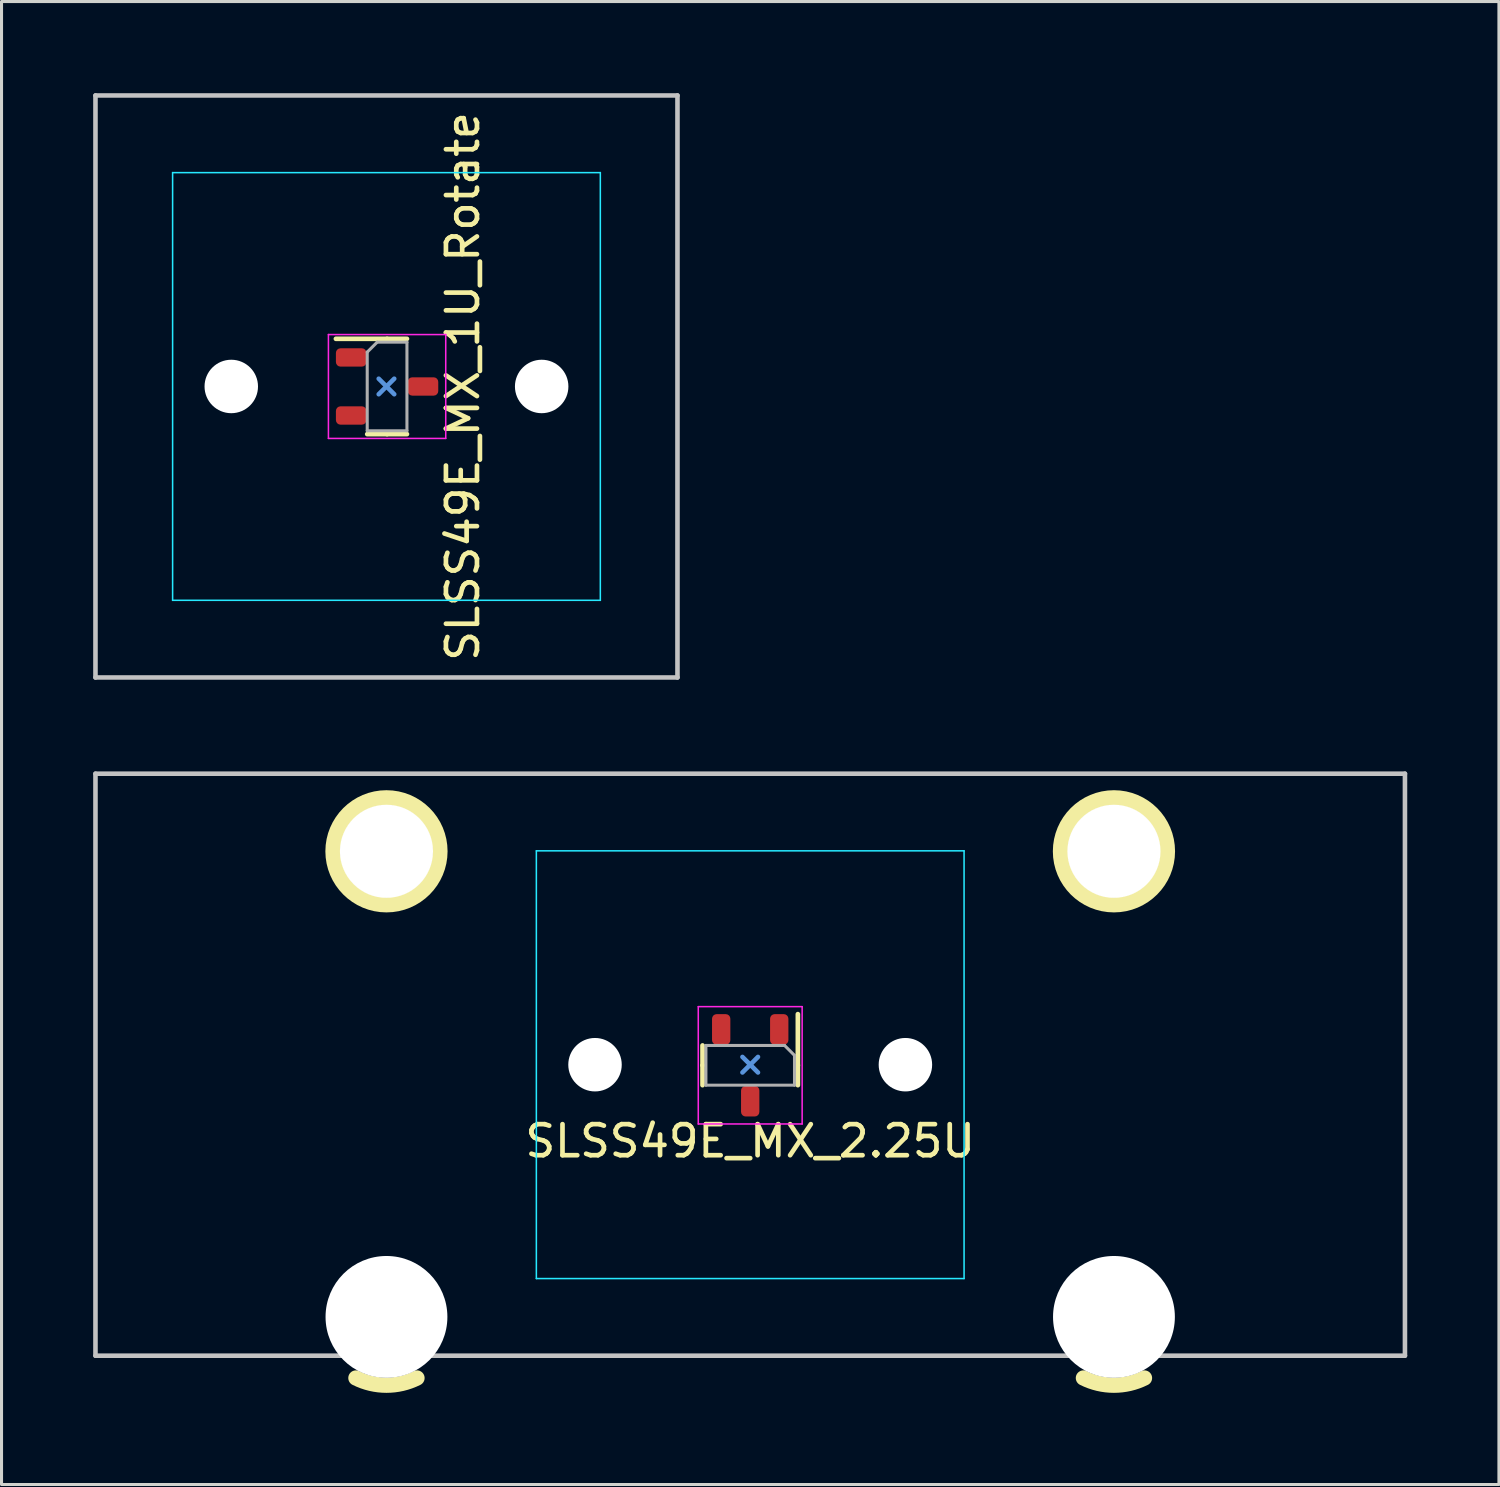
<source format=kicad_pcb>
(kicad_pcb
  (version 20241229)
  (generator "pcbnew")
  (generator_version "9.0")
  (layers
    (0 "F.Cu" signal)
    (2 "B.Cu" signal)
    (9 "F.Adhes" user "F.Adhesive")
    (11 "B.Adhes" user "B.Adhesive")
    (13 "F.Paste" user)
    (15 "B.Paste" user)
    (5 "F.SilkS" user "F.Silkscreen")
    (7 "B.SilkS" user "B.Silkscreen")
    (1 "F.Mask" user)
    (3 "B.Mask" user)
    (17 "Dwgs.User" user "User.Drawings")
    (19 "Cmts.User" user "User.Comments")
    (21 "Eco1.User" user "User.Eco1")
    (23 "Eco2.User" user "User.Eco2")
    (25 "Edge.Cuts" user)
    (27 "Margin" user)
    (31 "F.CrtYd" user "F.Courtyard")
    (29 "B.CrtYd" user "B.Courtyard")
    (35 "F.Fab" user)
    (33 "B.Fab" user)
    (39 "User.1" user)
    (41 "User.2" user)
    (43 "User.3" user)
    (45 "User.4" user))
  (footprint "SLSS49E_MX_1U_Rotate"
    (layer "F.Cu")
    (at 9.6 9.6)
    (property "Reference" "SLSS49E_MX_1U_Rotate" (at 2.5 0 90) (unlocked yes) (layer "F.SilkS") (effects (font (size 1.016 1.016) (thickness 0.153))))
    (attr smd)
    (fp_line (start 0.02 -1.56) (end -1.655 -1.56) (stroke (width 0.153) (type solid)) (layer "F.SilkS"))
    (fp_line (start 0.02 -1.56) (end 0.67 -1.56) (stroke (width 0.153) (type solid)) (layer "F.SilkS"))
    (fp_line (start 0.02 1.56) (end -0.63 1.56) (stroke (width 0.153) (type solid)) (layer "F.SilkS"))
    (fp_line (start 0.02 1.56) (end 0.67 1.56) (stroke (width 0.153) (type solid)) (layer "F.SilkS"))
    (fp_line (start -9.525 -9.525) (end -9.525 9.525) (stroke (width 0.15) (type solid)) (layer "Dwgs.User"))
    (fp_line (start -9.525 9.525) (end 9.525 9.525) (stroke (width 0.15) (type solid)) (layer "Dwgs.User"))
    (fp_line (start 9.525 -9.525) (end -9.525 -9.525) (stroke (width 0.15) (type solid)) (layer "Dwgs.User"))
    (fp_line (start 9.525 9.525) (end 9.525 -9.525) (stroke (width 0.15) (type solid)) (layer "Dwgs.User"))
    (fp_line (start -0.254 0.254) (end 0.254 -0.254) (stroke (width 0.15) (type default)) (layer "Cmts.User"))
    (fp_line (start 0.254 0.254) (end -0.254 -0.254) (stroke (width 0.15) (type default)) (layer "Cmts.User"))
    (fp_line (start -7 6.5) (end -7 -6.5) (stroke (width 0.15) (type solid)) (layer "Eco2.User"))
    (fp_line (start -6.5 -7) (end 6.5 -7) (stroke (width 0.15) (type solid)) (layer "Eco2.User"))
    (fp_line (start 6.5 7) (end -6.5 7) (stroke (width 0.15) (type solid)) (layer "Eco2.User"))
    (fp_line (start 7 -6.5) (end 7 6.5) (stroke (width 0.15) (type solid)) (layer "Eco2.User"))
    (fp_arc (start -7 -6.5) (mid -6.853553 -6.853553) (end -6.5 -7) (stroke (width 0.15) (type solid)) (layer "Eco2.User"))
    (fp_arc (start -6.5 7) (mid -6.853553 6.853553) (end -7 6.5) (stroke (width 0.15) (type solid)) (layer "Eco2.User"))
    (fp_arc (start 6.5 -7) (mid 6.853553 -6.853553) (end 7 -6.5) (stroke (width 0.15) (type solid)) (layer "Eco2.User"))
    (fp_arc (start 6.997236 6.498884) (mid 6.85082 6.852454) (end 6.497236 6.998884) (stroke (width 0.15) (type solid)) (layer "Eco2.User"))
    (fp_line (start -7 -7) (end 7 -7) (stroke (width 0.05) (type solid)) (layer "B.CrtYd"))
    (fp_line (start -7 7) (end -7 -7) (stroke (width 0.05) (type solid)) (layer "B.CrtYd"))
    (fp_line (start 7 -7) (end 7 7) (stroke (width 0.05) (type solid)) (layer "B.CrtYd"))
    (fp_line (start 7 7) (end -7 7) (stroke (width 0.05) (type solid)) (layer "B.CrtYd"))
    (fp_line (start -1.9 -1.7) (end -1.9 1.7) (stroke (width 0.05) (type solid)) (layer "F.CrtYd"))
    (fp_line (start -1.9 1.7) (end 1.94 1.7) (stroke (width 0.05) (type solid)) (layer "F.CrtYd"))
    (fp_line (start 1.94 -1.7) (end -1.9 -1.7) (stroke (width 0.05) (type solid)) (layer "F.CrtYd"))
    (fp_line (start 1.94 1.7) (end 1.94 -1.7) (stroke (width 0.05) (type solid)) (layer "F.CrtYd"))
    (fp_line (start -0.63 -1.125) (end -0.305 -1.45) (stroke (width 0.1) (type solid)) (layer "F.Fab"))
    (fp_line (start -0.63 1.45) (end -0.63 -1.125) (stroke (width 0.1) (type solid)) (layer "F.Fab"))
    (fp_line (start -0.305 -1.45) (end 0.67 -1.45) (stroke (width 0.1) (type solid)) (layer "F.Fab"))
    (fp_line (start 0.67 -1.45) (end 0.67 1.45) (stroke (width 0.1) (type solid)) (layer "F.Fab"))
    (fp_line (start 0.67 1.45) (end -0.63 1.45) (stroke (width 0.1) (type solid)) (layer "F.Fab"))
    (pad "" np_thru_hole circle (at -5.08 0) (size 1.75 1.75) (drill 1.75) (layers "*.Cu" "*.Mask"))
    (pad "" np_thru_hole circle (at 5.08 0) (size 1.75 1.75) (drill 1.75) (layers "*.Cu" "*.Mask"))
    (pad "1" smd roundrect (at -1.155 -0.95) (size 1 0.6) (layers "F.Cu" "F.Mask" "F.Paste") (roundrect_rratio 0.25))
    (pad "2" smd roundrect (at 1.195 0) (size 1 0.6) (layers "F.Cu" "F.Mask" "F.Paste") (roundrect_rratio 0.25))
    (pad "3" smd roundrect (at -1.155 0.95) (size 1 0.6) (layers "F.Cu" "F.Mask" "F.Paste") (roundrect_rratio 0.25))
    (zone (net_name "") (layers "F.Cu" "B.Cu") (hatch edge 0.5) (connect_pads) (min_thickness 0.25) (filled_areas_thickness no) (keepout (tracks allowed) (vias allowed) (pads allowed) (copperpour not_allowed) (footprints allowed)) (placement (enabled no)) (fill) (polygon (pts (xy 9.6 7.85) (xy 9.339 7.87) (xy 9.084 7.928) (xy 8.841 8.023) (xy 8.614 8.154) (xy 8.41 8.317) (xy 8.232 8.509) (xy 8.084 8.725) (xy 7.971 8.961) (xy 7.894 9.211) (xy 7.855 9.469) (xy 7.855 9.731) (xy 7.894 9.989) (xy 7.971 10.239) (xy 8.084 10.475) (xy 8.232 10.691) (xy 8.41 10.883) (xy 8.614 11.046) (xy 8.841 11.177) (xy 9.084 11.272) (xy 9.339 11.33) (xy 9.6 11.35) (xy 9.861 11.33) (xy 10.116 11.272) (xy 10.359 11.177) (xy 10.586 11.046) (xy 10.79 10.883) (xy 10.968 10.691) (xy 11.116 10.475) (xy 11.229 10.239) (xy 11.306 9.989) (xy 11.345 9.731) (xy 11.345 9.469) (xy 11.306 9.211) (xy 11.229 8.961) (xy 11.116 8.725) (xy 10.968 8.509) (xy 10.79 8.317) (xy 10.586 8.154) (xy 10.359 8.023) (xy 10.116 7.928) (xy 9.861 7.87)))))
  (footprint "SLSS49E_MX_2.25U"
    (layer "F.Cu")
    (at 21.506 31.8)
    (property "Reference" "SLSS49E_MX_2.25U" (at 0 2.5 0) (unlocked yes) (layer "F.SilkS") (effects (font (size 1.016 1.016) (thickness 0.153))))
    (attr smd)
    (fp_line (start -1.56 0.02) (end -1.56 -0.63) (stroke (width 0.153) (type solid)) (layer "F.SilkS"))
    (fp_line (start -1.56 0.02) (end -1.56 0.67) (stroke (width 0.153) (type solid)) (layer "F.SilkS"))
    (fp_line (start 1.56 0.02) (end 1.56 -1.655) (stroke (width 0.153) (type solid)) (layer "F.SilkS"))
    (fp_line (start 1.56 0.02) (end 1.56 0.67) (stroke (width 0.153) (type solid)) (layer "F.SilkS"))
    (fp_arc (start -10.907301 10.255525) (mid -11.906837 10.491068) (end -12.90625 10.255) (stroke (width 0.5) (type solid)) (layer "F.SilkS"))
    (fp_arc (start 12.905199 10.255525) (mid 11.905663 10.491068) (end 10.90625 10.255) (stroke (width 0.5) (type solid)) (layer "F.SilkS"))
    (fp_circle (center -11.906 -6.985) (end -13.656 -6.985) (stroke (width 0.5) (type solid)) (fill no) (layer "F.SilkS"))
    (fp_circle (center 11.906 -6.985) (end 10.156 -6.985) (stroke (width 0.5) (type solid)) (fill no) (layer "F.SilkS"))
    (fp_line (start -21.431 -9.525) (end 21.431 -9.525) (stroke (width 0.15) (type solid)) (layer "Dwgs.User"))
    (fp_line (start -21.431 9.525) (end -21.431 -9.525) (stroke (width 0.15) (type solid)) (layer "Dwgs.User"))
    (fp_line (start -21.431 9.525) (end 21.431 9.525) (stroke (width 0.15) (type solid)) (layer "Dwgs.User"))
    (fp_line (start 21.431 -9.525) (end 21.431 9.525) (stroke (width 0.15) (type solid)) (layer "Dwgs.User"))
    (fp_line (start -0.254 -0.254) (end 0.254 0.254) (stroke (width 0.15) (type default)) (layer "Cmts.User"))
    (fp_line (start -0.254 0.254) (end 0.254 -0.254) (stroke (width 0.15) (type default)) (layer "Cmts.User"))
    (fp_line (start -7 6.5) (end -7 -6.5) (stroke (width 0.15) (type solid)) (layer "Eco2.User"))
    (fp_line (start -6.5 -7) (end 6.5 -7) (stroke (width 0.15) (type solid)) (layer "Eco2.User"))
    (fp_line (start 6.5 7) (end -6.5 7) (stroke (width 0.15) (type solid)) (layer "Eco2.User"))
    (fp_line (start 7 -6.5) (end 7 6.5) (stroke (width 0.15) (type solid)) (layer "Eco2.User"))
    (fp_arc (start -7 -6.5) (mid -6.853553 -6.853553) (end -6.5 -7) (stroke (width 0.15) (type solid)) (layer "Eco2.User"))
    (fp_arc (start -6.5 7) (mid -6.853553 6.853553) (end -7 6.5) (stroke (width 0.15) (type solid)) (layer "Eco2.User"))
    (fp_arc (start 6.5 -7) (mid 6.853553 -6.853553) (end 7 -6.5) (stroke (width 0.15) (type solid)) (layer "Eco2.User"))
    (fp_arc (start 6.997236 6.498884) (mid 6.850791 6.852425) (end 6.497236 6.998884) (stroke (width 0.15) (type solid)) (layer "Eco2.User"))
    (fp_line (start -7 -7) (end 7 -7) (stroke (width 0.05) (type solid)) (layer "B.CrtYd"))
    (fp_line (start -7 7) (end -7 -7) (stroke (width 0.05) (type solid)) (layer "B.CrtYd"))
    (fp_line (start 7 -7) (end 7 7) (stroke (width 0.05) (type solid)) (layer "B.CrtYd"))
    (fp_line (start 7 7) (end -7 7) (stroke (width 0.05) (type solid)) (layer "B.CrtYd"))
    (fp_line (start -1.7 -1.9) (end -1.7 1.94) (stroke (width 0.05) (type solid)) (layer "F.CrtYd"))
    (fp_line (start -1.7 1.94) (end 1.7 1.94) (stroke (width 0.05) (type solid)) (layer "F.CrtYd"))
    (fp_line (start 1.7 -1.9) (end -1.7 -1.9) (stroke (width 0.05) (type solid)) (layer "F.CrtYd"))
    (fp_line (start 1.7 1.94) (end 1.7 -1.9) (stroke (width 0.05) (type solid)) (layer "F.CrtYd"))
    (fp_line (start -1.45 -0.63) (end 1.125 -0.63) (stroke (width 0.1) (type solid)) (layer "F.Fab"))
    (fp_line (start -1.45 0.67) (end -1.45 -0.63) (stroke (width 0.1) (type solid)) (layer "F.Fab"))
    (fp_line (start 1.125 -0.63) (end 1.45 -0.305) (stroke (width 0.1) (type solid)) (layer "F.Fab"))
    (fp_line (start 1.45 -0.305) (end 1.45 0.67) (stroke (width 0.1) (type solid)) (layer "F.Fab"))
    (fp_line (start 1.45 0.67) (end -1.45 0.67) (stroke (width 0.1) (type solid)) (layer "F.Fab"))
    (pad "" np_thru_hole circle (at -11.906 -6.985) (size 3.048 3.048) (drill 3.048) (layers "*.Cu" "*.Mask"))
    (pad "" np_thru_hole circle (at -11.906 8.255) (size 3.988 3.988) (drill 3.988) (layers "*.Cu" "*.Mask"))
    (pad "" np_thru_hole circle (at -5.08 0) (size 1.75 1.75) (drill 1.75) (layers "*.Cu" "*.Mask"))
    (pad "" np_thru_hole circle (at 5.08 0) (size 1.75 1.75) (drill 1.75) (layers "*.Cu" "*.Mask"))
    (pad "" np_thru_hole circle (at 11.906 -6.985) (size 3.048 3.048) (drill 3.048) (layers "*.Cu" "*.Mask"))
    (pad "" np_thru_hole circle (at 11.906 8.255) (size 3.988 3.988) (drill 3.988) (layers "*.Cu" "*.Mask"))
    (pad "1" smd roundrect (at 0.95 -1.155 270) (size 1 0.6) (layers "F.Cu" "F.Mask" "F.Paste") (roundrect_rratio 0.25))
    (pad "2" smd roundrect (at 0 1.195 270) (size 1 0.6) (layers "F.Cu" "F.Mask" "F.Paste") (roundrect_rratio 0.25))
    (pad "3" smd roundrect (at -0.95 -1.155 270) (size 1 0.6) (layers "F.Cu" "F.Mask" "F.Paste") (roundrect_rratio 0.25))
    (zone (net_name "") (layers "F.Cu" "B.Cu") (hatch edge 0.5) (connect_pads) (min_thickness 0.25) (filled_areas_thickness no) (keepout (tracks allowed) (vias allowed) (pads allowed) (copperpour not_allowed) (footprints allowed)) (placement (enabled no)) (fill) (polygon (pts (xy 23.256 31.8) (xy 23.237 31.539) (xy 23.179 31.284) (xy 23.083 31.041) (xy 22.952 30.814) (xy 22.789 30.61) (xy 22.597 30.432) (xy 22.381 30.284) (xy 22.146 30.171) (xy 21.896 30.094) (xy 21.637 30.055) (xy 21.375 30.055) (xy 21.117 30.094) (xy 20.867 30.171) (xy 20.631 30.284) (xy 20.415 30.432) (xy 20.223 30.61) (xy 20.06 30.814) (xy 19.93 31.041) (xy 19.834 31.284) (xy 19.776 31.539) (xy 19.756 31.8) (xy 19.776 32.061) (xy 19.834 32.316) (xy 19.93 32.559) (xy 20.06 32.786) (xy 20.223 32.99) (xy 20.415 33.168) (xy 20.631 33.316) (xy 20.867 33.429) (xy 21.117 33.506) (xy 21.375 33.545) (xy 21.637 33.545) (xy 21.896 33.506) (xy 22.146 33.429) (xy 22.381 33.316) (xy 22.597 33.168) (xy 22.789 32.99) (xy 22.952 32.786) (xy 23.083 32.559) (xy 23.179 32.316) (xy 23.237 32.061)))))
  (gr_rect
    (start -3 -3)
    (end 46.013 45.541)
    (stroke (width 0.1) (type default))
    (fill no)
    (layer "Edge.Cuts")))
</source>
